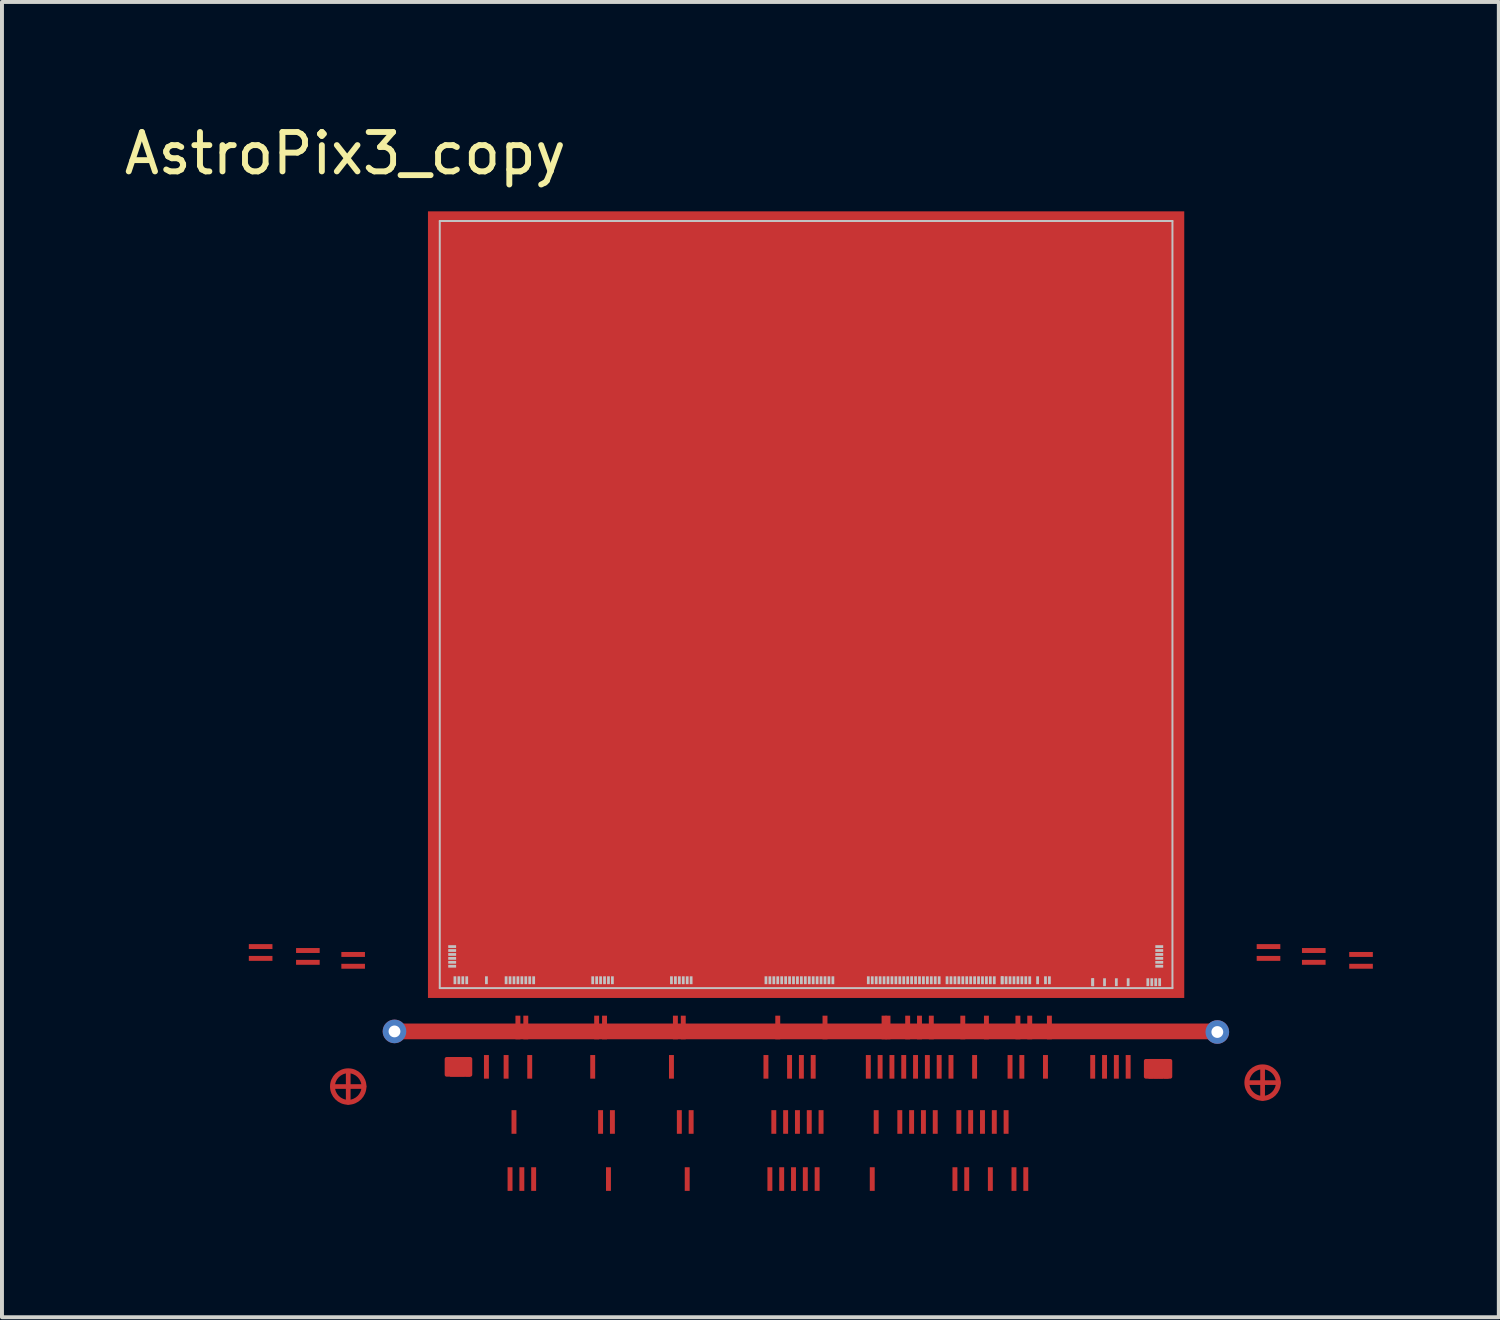
<source format=kicad_pcb>
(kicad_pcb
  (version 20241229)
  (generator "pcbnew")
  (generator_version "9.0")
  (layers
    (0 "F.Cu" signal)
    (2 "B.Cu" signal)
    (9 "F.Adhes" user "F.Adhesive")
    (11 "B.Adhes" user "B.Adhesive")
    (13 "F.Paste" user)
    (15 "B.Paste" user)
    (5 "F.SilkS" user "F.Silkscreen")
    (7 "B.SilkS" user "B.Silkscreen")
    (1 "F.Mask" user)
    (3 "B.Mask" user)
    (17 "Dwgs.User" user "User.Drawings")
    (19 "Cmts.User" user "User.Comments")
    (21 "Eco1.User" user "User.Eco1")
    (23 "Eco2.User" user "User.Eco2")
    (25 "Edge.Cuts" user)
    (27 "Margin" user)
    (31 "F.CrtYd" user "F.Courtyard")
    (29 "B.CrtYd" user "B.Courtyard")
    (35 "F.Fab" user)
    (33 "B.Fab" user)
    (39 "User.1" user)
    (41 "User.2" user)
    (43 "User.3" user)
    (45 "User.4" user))
  (footprint "AstroPix3_copy"
    (layer "F.Cu")
    (at 8.12 22.048)
    (property "Reference" "AstroPix3_copy" (at -2.4 -21.2 0) (layer "F.SilkS") (effects (font (size 1 1) (thickness 0.15))))
    (attr smd)
    (fp_line (start -2.675 2.5) (end -1.925 2.5) (stroke (width 0.12) (type solid)) (layer "F.Cu"))
    (fp_line (start -2.325 2.15) (end -2.325 2.9) (stroke (width 0.12) (type solid)) (layer "F.Cu"))
    (fp_line (start -1.15 1.1) (end 19.8 1.1) (stroke (width 0.4) (type solid)) (layer "F.Cu"))
    (fp_line (start 11.225 -12.5) (end 11.975 -12.5) (stroke (width 0.12) (type solid)) (layer "F.Cu"))
    (fp_line (start 11.575 -12.85) (end 11.575 -12.1) (stroke (width 0.12) (type solid)) (layer "F.Cu"))
    (fp_line (start 20.55 2.4) (end 21.3 2.4) (stroke (width 0.12) (type solid)) (layer "F.Cu"))
    (fp_line (start 20.9 2.05) (end 20.9 2.8) (stroke (width 0.12) (type solid)) (layer "F.Cu"))
    (fp_circle (center -2.325 2.5) (end -1.925 2.5) (stroke (width 0.125) (type solid)) (fill no) (layer "F.Cu"))
    (fp_circle (center 11.575 -12.5) (end 11.975 -12.5) (stroke (width 0.125) (type solid)) (fill no) (layer "F.Cu"))
    (fp_circle (center 20.9 2.4) (end 21.3 2.4) (stroke (width 0.125) (type solid)) (fill no) (layer "F.Cu"))
    (fp_poly (pts (xy 0.775 2.2) (xy 0.175 2.2) (xy 0.175 1.8) (xy 0.775 1.8)) (stroke (width 0.1) (type solid)) (fill yes) (layer "F.Cu"))
    (fp_poly (pts (xy 18.555 2.25) (xy 17.935 2.25) (xy 17.935 1.85) (xy 18.555 1.85)) (stroke (width 0.1) (type solid)) (fill yes) (layer "F.Cu"))
    (fp_rect (start -0.4 1.5) (end 18.8 2.5) (stroke (width 0.12) (type solid)) (fill yes) (layer "F.Mask"))
    (fp_rect (start 1.585 2.9) (end 15.34 3.9) (stroke (width 0.12) (type solid)) (fill yes) (layer "F.Mask"))
    (fp_rect (start 1.595 4.3) (end 15.76 5.3) (stroke (width 0.12) (type solid)) (fill yes) (layer "F.Mask"))
    (fp_circle (center -2.325 2.5) (end -1.95 2.5) (stroke (width 0.2) (type solid)) (fill yes) (layer "F.Mask"))
    (fp_circle (center 11.575 -12.5) (end 11.95 -12.5) (stroke (width 0.2) (type solid)) (fill no) (layer "F.Mask"))
    (fp_circle (center 20.9 2.4) (end 21.275 2.4) (stroke (width 0.2) (type solid)) (fill yes) (layer "F.Mask"))
    (fp_poly (pts (xy -1.8 -0.3) (xy -5 -0.3) (xy -5 -1.15) (xy -1.8 -1.15)) (stroke (width 0.1) (type solid)) (fill yes) (layer "F.Mask"))
    (fp_poly (pts (xy 19.85 1.1) (xy -1.15 1.1) (xy -1.15 -20.5) (xy 19.85 -20.5)) (stroke (width 0.1) (type solid)) (fill yes) (layer "F.Mask"))
    (fp_poly (pts (xy 23.85 -0.4) (xy 20.65 -0.4) (xy 20.65 -1.25) (xy 23.85 -1.25)) (stroke (width 0.1) (type solid)) (fill yes) (layer "F.Mask"))
    (fp_poly (pts (xy 11.8 -12.8) (xy 11.95 -12.55) (xy 11.825 -12.2) (xy 11.35 -12.175) (xy 11.2 -12.625) (xy 11.525 -12.875) (xy 11.55 -12.875)) (stroke (width 0.1) (type solid)) (fill yes) (layer "F.Mask"))
    (fp_line (start 0 -19.485) (end 0 0) (stroke (width 0.05) (type solid)) (layer "Dwgs.User"))
    (fp_line (start 18.61 -19.485) (end 0 -19.485) (stroke (width 0.05) (type solid)) (layer "Dwgs.User"))
    (fp_line (start 18.61 -19.485) (end 18.61 0) (stroke (width 0.05) (type solid)) (layer "Dwgs.User"))
    (fp_line (start 18.61 0) (end 0 0) (stroke (width 0.05) (type solid)) (layer "Dwgs.User"))
    (pad "" smd rect (at 0.315 -1.055 90) (size 0.07 0.2) (layers "Dwgs.User"))
    (pad "" smd rect (at 0.315 -0.955 90) (size 0.07 0.2) (layers "Dwgs.User"))
    (pad "" smd rect (at 0.315 -0.855 90) (size 0.07 0.2) (layers "Dwgs.User"))
    (pad "" smd rect (at 0.315 -0.755 90) (size 0.07 0.2) (layers "Dwgs.User"))
    (pad "" smd rect (at 0.315 -0.655 90) (size 0.07 0.2) (layers "Dwgs.User"))
    (pad "" smd rect (at 0.315 -0.555 90) (size 0.07 0.2) (layers "Dwgs.User"))
    (pad "" smd rect (at 0.385 -0.2) (size 0.07 0.2) (layers "Dwgs.User"))
    (pad "" smd rect (at 0.485 -0.2) (size 0.07 0.2) (layers "Dwgs.User"))
    (pad "" smd rect (at 0.585 -0.2) (size 0.07 0.2) (layers "Dwgs.User"))
    (pad "" smd rect (at 0.685 -0.2) (size 0.07 0.2) (layers "Dwgs.User"))
    (pad "" smd rect (at 1.185 -0.2) (size 0.07 0.2) (layers "Dwgs.User"))
    (pad "" smd rect (at 1.685 -0.2) (size 0.07 0.2) (layers "Dwgs.User"))
    (pad "" smd rect (at 1.785 -0.2) (size 0.07 0.2) (layers "Dwgs.User"))
    (pad "" smd rect (at 1.885 -0.2) (size 0.07 0.2) (layers "Dwgs.User"))
    (pad "" smd rect (at 1.985 -0.2) (size 0.07 0.2) (layers "Dwgs.User"))
    (pad "" smd rect (at 2.085 -0.2) (size 0.07 0.2) (layers "Dwgs.User"))
    (pad "" smd rect (at 2.185 -0.2) (size 0.07 0.2) (layers "Dwgs.User"))
    (pad "" smd rect (at 2.285 -0.2) (size 0.07 0.2) (layers "Dwgs.User"))
    (pad "" smd rect (at 2.385 -0.2) (size 0.07 0.2) (layers "Dwgs.User"))
    (pad "" smd rect (at 3.885 -0.2) (size 0.07 0.2) (layers "Dwgs.User"))
    (pad "" smd rect (at 3.985 -0.2) (size 0.07 0.2) (layers "Dwgs.User"))
    (pad "" smd rect (at 4.085 -0.2) (size 0.07 0.2) (layers "Dwgs.User"))
    (pad "" smd rect (at 4.185 -0.2) (size 0.07 0.2) (layers "Dwgs.User"))
    (pad "" smd rect (at 4.285 -0.2) (size 0.07 0.2) (layers "Dwgs.User"))
    (pad "" smd rect (at 4.385 -0.2) (size 0.07 0.2) (layers "Dwgs.User"))
    (pad "" smd rect (at 5.885 -0.2) (size 0.07 0.2) (layers "Dwgs.User"))
    (pad "" smd rect (at 5.985 -0.2) (size 0.07 0.2) (layers "Dwgs.User"))
    (pad "" smd rect (at 6.085 -0.2) (size 0.07 0.2) (layers "Dwgs.User"))
    (pad "" smd rect (at 6.185 -0.2) (size 0.07 0.2) (layers "Dwgs.User"))
    (pad "" smd rect (at 6.285 -0.2) (size 0.07 0.2) (layers "Dwgs.User"))
    (pad "" smd rect (at 6.385 -0.2) (size 0.07 0.2) (layers "Dwgs.User"))
    (pad "" smd rect (at 8.285 -0.2) (size 0.07 0.2) (layers "Dwgs.User"))
    (pad "" smd rect (at 8.385 -0.2) (size 0.07 0.2) (layers "Dwgs.User"))
    (pad "" smd rect (at 8.485 -0.2) (size 0.07 0.2) (layers "Dwgs.User"))
    (pad "" smd rect (at 8.585 -0.2) (size 0.07 0.2) (layers "Dwgs.User"))
    (pad "" smd rect (at 8.685 -0.2) (size 0.07 0.2) (layers "Dwgs.User"))
    (pad "" smd rect (at 8.785 -0.2) (size 0.07 0.2) (layers "Dwgs.User"))
    (pad "" smd rect (at 8.885 -0.2) (size 0.07 0.2) (layers "Dwgs.User"))
    (pad "" smd rect (at 8.985 -0.2) (size 0.07 0.2) (layers "Dwgs.User"))
    (pad "" smd rect (at 9.085 -0.2) (size 0.07 0.2) (layers "Dwgs.User"))
    (pad "" smd rect (at 9.185 -0.2) (size 0.07 0.2) (layers "Dwgs.User"))
    (pad "" smd rect (at 9.285 -0.2) (size 0.07 0.2) (layers "Dwgs.User"))
    (pad "" smd rect (at 9.385 -0.2) (size 0.07 0.2) (layers "Dwgs.User"))
    (pad "" smd rect (at 9.485 -0.2) (size 0.07 0.2) (layers "Dwgs.User"))
    (pad "" smd rect (at 9.585 -0.2) (size 0.07 0.2) (layers "Dwgs.User"))
    (pad "" smd rect (at 9.685 -0.2) (size 0.07 0.2) (layers "Dwgs.User"))
    (pad "" smd rect (at 9.785 -0.2) (size 0.07 0.2) (layers "Dwgs.User"))
    (pad "" smd rect (at 9.885 -0.2) (size 0.07 0.2) (layers "Dwgs.User"))
    (pad "" smd rect (at 9.985 -0.2) (size 0.07 0.2) (layers "Dwgs.User"))
    (pad "" smd rect (at 10.885 -0.2) (size 0.07 0.2) (layers "Dwgs.User"))
    (pad "" smd rect (at 10.985 -0.2) (size 0.07 0.2) (layers "Dwgs.User"))
    (pad "" smd rect (at 11.085 -0.2) (size 0.07 0.2) (layers "Dwgs.User"))
    (pad "" smd rect (at 11.185 -0.2) (size 0.07 0.2) (layers "Dwgs.User"))
    (pad "" smd rect (at 11.285 -0.2) (size 0.07 0.2) (layers "Dwgs.User"))
    (pad "" smd rect (at 11.385 -0.2) (size 0.07 0.2) (layers "Dwgs.User"))
    (pad "" smd rect (at 11.485 -0.2) (size 0.07 0.2) (layers "Dwgs.User"))
    (pad "" smd rect (at 11.585 -0.2) (size 0.07 0.2) (layers "Dwgs.User"))
    (pad "" smd rect (at 11.685 -0.2) (size 0.07 0.2) (layers "Dwgs.User"))
    (pad "" smd rect (at 11.785 -0.2) (size 0.07 0.2) (layers "Dwgs.User"))
    (pad "" smd rect (at 11.885 -0.2) (size 0.07 0.2) (layers "Dwgs.User"))
    (pad "" smd rect (at 11.985 -0.2) (size 0.07 0.2) (layers "Dwgs.User"))
    (pad "" smd rect (at 12.085 -0.2) (size 0.07 0.2) (layers "Dwgs.User"))
    (pad "" smd rect (at 12.185 -0.2) (size 0.07 0.2) (layers "Dwgs.User"))
    (pad "" smd rect (at 12.285 -0.2) (size 0.07 0.2) (layers "Dwgs.User"))
    (pad "" smd rect (at 12.385 -0.2) (size 0.07 0.2) (layers "Dwgs.User"))
    (pad "" smd rect (at 12.485 -0.2) (size 0.07 0.2) (layers "Dwgs.User"))
    (pad "" smd rect (at 12.585 -0.2) (size 0.07 0.2) (layers "Dwgs.User"))
    (pad "" smd rect (at 12.685 -0.2) (size 0.07 0.2) (layers "Dwgs.User"))
    (pad "" smd rect (at 12.885 -0.2) (size 0.07 0.2) (layers "Dwgs.User"))
    (pad "" smd rect (at 12.985 -0.2) (size 0.07 0.2) (layers "Dwgs.User"))
    (pad "" smd rect (at 13.085 -0.2) (size 0.07 0.2) (layers "Dwgs.User"))
    (pad "" smd rect (at 13.185 -0.2) (size 0.07 0.2) (layers "Dwgs.User"))
    (pad "" smd rect (at 13.285 -0.2) (size 0.07 0.2) (layers "Dwgs.User"))
    (pad "" smd rect (at 13.385 -0.2) (size 0.07 0.2) (layers "Dwgs.User"))
    (pad "" smd rect (at 13.485 -0.2) (size 0.07 0.2) (layers "Dwgs.User"))
    (pad "" smd rect (at 13.585 -0.2) (size 0.07 0.2) (layers "Dwgs.User"))
    (pad "" smd rect (at 13.685 -0.2) (size 0.07 0.2) (layers "Dwgs.User"))
    (pad "" smd rect (at 13.785 -0.2) (size 0.07 0.2) (layers "Dwgs.User"))
    (pad "" smd rect (at 13.885 -0.2) (size 0.07 0.2) (layers "Dwgs.User"))
    (pad "" smd rect (at 13.985 -0.2) (size 0.07 0.2) (layers "Dwgs.User"))
    (pad "" smd rect (at 14.085 -0.2) (size 0.07 0.2) (layers "Dwgs.User"))
    (pad "" smd rect (at 14.285 -0.2) (size 0.07 0.2) (layers "Dwgs.User"))
    (pad "" smd rect (at 14.285 -0.2) (size 0.07 0.2) (layers "Dwgs.User"))
    (pad "" smd rect (at 14.385 -0.2) (size 0.07 0.2) (layers "Dwgs.User"))
    (pad "" smd rect (at 14.485 -0.2) (size 0.07 0.2) (layers "Dwgs.User"))
    (pad "" smd rect (at 14.585 -0.2) (size 0.07 0.2) (layers "Dwgs.User"))
    (pad "" smd rect (at 14.685 -0.2) (size 0.07 0.2) (layers "Dwgs.User"))
    (pad "" smd rect (at 14.785 -0.2) (size 0.07 0.2) (layers "Dwgs.User"))
    (pad "" smd rect (at 14.885 -0.2) (size 0.07 0.2) (layers "Dwgs.User"))
    (pad "" smd rect (at 14.985 -0.2) (size 0.07 0.2) (layers "Dwgs.User"))
    (pad "" smd rect (at 15.185 -0.2) (size 0.07 0.2) (layers "Dwgs.User"))
    (pad "" smd rect (at 15.385 -0.2) (size 0.07 0.2) (layers "Dwgs.User"))
    (pad "" smd rect (at 15.485 -0.2) (size 0.07 0.2) (layers "Dwgs.User"))
    (pad "" smd rect (at 16.585 -0.15) (size 0.07 0.2) (layers "Dwgs.User"))
    (pad "" smd rect (at 16.585 -0.15) (size 0.07 0.2) (layers "Dwgs.User"))
    (pad "" smd rect (at 16.885 -0.15) (size 0.07 0.2) (layers "Dwgs.User"))
    (pad "" smd rect (at 17.185 -0.15) (size 0.07 0.2) (layers "Dwgs.User"))
    (pad "" smd rect (at 17.485 -0.15) (size 0.07 0.2) (layers "Dwgs.User"))
    (pad "" smd rect (at 17.985 -0.15) (size 0.07 0.2) (layers "Dwgs.User"))
    (pad "" smd rect (at 18.085 -0.15) (size 0.07 0.2) (layers "Dwgs.User"))
    (pad "" smd rect (at 18.185 -0.15) (size 0.07 0.2) (layers "Dwgs.User"))
    (pad "" smd rect (at 18.275 -1.055 90) (size 0.07 0.2) (layers "Dwgs.User"))
    (pad "" smd rect (at 18.275 -0.955 90) (size 0.07 0.2) (layers "Dwgs.User"))
    (pad "" smd rect (at 18.275 -0.855 90) (size 0.07 0.2) (layers "Dwgs.User"))
    (pad "" smd rect (at 18.275 -0.755 90) (size 0.07 0.2) (layers "Dwgs.User"))
    (pad "" smd rect (at 18.275 -0.655 90) (size 0.07 0.2) (layers "Dwgs.User"))
    (pad "" smd rect (at 18.275 -0.555 90) (size 0.07 0.2) (layers "Dwgs.User"))
    (pad "" smd rect (at 18.285 -0.15) (size 0.07 0.2) (layers "Dwgs.User"))
    (pad "B0" smd rect (at 9.305 -9.74) (size 19.21 19.98) (layers "F.Cu" "F.Mask" "F.Paste"))
    (pad "B1" smd rect (at 0.325 2) (size 0.125 0.5) (layers "F.Cu" "F.Mask" "F.Paste"))
    (pad "B2" smd rect (at 0.45 2) (size 0.125 0.5) (layers "F.Cu" "F.Mask" "F.Paste"))
    (pad "B3" smd rect (at 0.575 2) (size 0.125 0.5) (layers "F.Cu" "F.Mask" "F.Paste"))
    (pad "B4" smd rect (at 0.71 2) (size 0.125 0.5) (layers "F.Cu" "F.Mask" "F.Paste"))
    (pad "B5" smd rect (at 1.185 2) (size 0.125 0.6) (layers "F.Cu" "F.Mask" "F.Paste"))
    (pad "B6" smd rect (at 1.685 2) (size 0.125 0.6) (layers "F.Cu" "F.Mask" "F.Paste"))
    (pad "B7" smd rect (at 1.785 4.85) (size 0.125 0.6) (layers "F.Cu" "F.Mask" "F.Paste"))
    (pad "B8" smd rect (at 1.885 3.4) (size 0.125 0.6) (layers "F.Cu" "F.Mask" "F.Paste"))
    (pad "B9" smd rect (at 1.985 1) (size 0.125 0.6) (layers "F.Cu" "F.Mask" "F.Paste"))
    (pad "B10" smd rect (at 2.085 4.85) (size 0.125 0.6) (layers "F.Cu" "F.Mask" "F.Paste"))
    (pad "B11" smd rect (at 2.185 1) (size 0.125 0.6) (layers "F.Cu" "F.Mask" "F.Paste"))
    (pad "B12" smd rect (at 2.285 2) (size 0.125 0.6) (layers "F.Cu" "F.Mask" "F.Paste"))
    (pad "B13" smd rect (at 2.385 4.85) (size 0.125 0.6) (layers "F.Cu" "F.Mask" "F.Paste"))
    (pad "B14" smd rect (at 3.885 2) (size 0.125 0.6) (layers "F.Cu" "F.Mask" "F.Paste"))
    (pad "B15" smd rect (at 3.985 1) (size 0.125 0.6) (layers "F.Cu" "F.Mask" "F.Paste"))
    (pad "B16" smd rect (at 4.085 3.4) (size 0.125 0.6) (layers "F.Cu" "F.Mask" "F.Paste"))
    (pad "B17" smd rect (at 4.185 1) (size 0.125 0.6) (layers "F.Cu" "F.Mask" "F.Paste"))
    (pad "B18" smd rect (at 4.285 4.85) (size 0.125 0.6) (layers "F.Cu" "F.Mask" "F.Paste"))
    (pad "B19" smd rect (at 4.385 3.4) (size 0.125 0.6) (layers "F.Cu" "F.Mask" "F.Paste"))
    (pad "B20" smd rect (at 5.885 2) (size 0.125 0.6) (layers "F.Cu" "F.Mask" "F.Paste"))
    (pad "B21" smd rect (at 5.985 1) (size 0.125 0.6) (layers "F.Cu" "F.Mask" "F.Paste"))
    (pad "B22" smd rect (at 6.085 3.4) (size 0.125 0.6) (layers "F.Cu" "F.Mask" "F.Paste"))
    (pad "B23" smd rect (at 6.185 1) (size 0.125 0.6) (layers "F.Cu" "F.Mask" "F.Paste"))
    (pad "B24" smd rect (at 6.285 4.85) (size 0.125 0.6) (layers "F.Cu" "F.Mask" "F.Paste"))
    (pad "B25" smd rect (at 6.385 3.4) (size 0.125 0.6) (layers "F.Cu" "F.Mask" "F.Paste"))
    (pad "B26" smd rect (at 8.285 2) (size 0.125 0.6) (layers "F.Cu" "F.Mask" "F.Paste"))
    (pad "B27" smd rect (at 8.385 4.85) (size 0.125 0.6) (layers "F.Cu" "F.Mask" "F.Paste"))
    (pad "B28" smd rect (at 8.485 3.4) (size 0.125 0.6) (layers "F.Cu" "F.Mask" "F.Paste"))
    (pad "B29" smd rect (at 8.585 1) (size 0.125 0.6) (layers "F.Cu" "F.Mask" "F.Paste"))
    (pad "B30" smd rect (at 8.685 4.85) (size 0.125 0.6) (layers "F.Cu" "F.Mask" "F.Paste"))
    (pad "B31" smd rect (at 8.785 3.4) (size 0.125 0.6) (layers "F.Cu" "F.Mask" "F.Paste"))
    (pad "B32" smd rect (at 8.885 2) (size 0.125 0.6) (layers "F.Cu" "F.Mask" "F.Paste"))
    (pad "B33" smd rect (at 8.985 4.85) (size 0.125 0.6) (layers "F.Cu" "F.Mask" "F.Paste"))
    (pad "B34" smd rect (at 9.085 3.4) (size 0.125 0.6) (layers "F.Cu" "F.Mask" "F.Paste"))
    (pad "B35" smd rect (at 9.185 2) (size 0.125 0.6) (layers "F.Cu" "F.Mask" "F.Paste"))
    (pad "B36" smd rect (at 9.285 4.85) (size 0.125 0.6) (layers "F.Cu" "F.Mask" "F.Paste"))
    (pad "B37" smd rect (at 9.385 3.4) (size 0.125 0.6) (layers "F.Cu" "F.Mask" "F.Paste"))
    (pad "B38" smd rect (at 9.485 2) (size 0.125 0.6) (layers "F.Cu" "F.Mask" "F.Paste"))
    (pad "B39" smd rect (at 9.585 4.85) (size 0.125 0.6) (layers "F.Cu" "F.Mask" "F.Paste"))
    (pad "B40" smd rect (at 9.685 3.4) (size 0.125 0.6) (layers "F.Cu" "F.Mask" "F.Paste"))
    (pad "B41" smd rect (at 9.785 1) (size 0.125 0.6) (layers "F.Cu" "F.Mask" "F.Paste"))
    (pad "B44" smd rect (at 10.885 2) (size 0.125 0.6) (layers "F.Cu" "F.Mask" "F.Paste"))
    (pad "B45" smd rect (at 10.985 4.85) (size 0.125 0.6) (layers "F.Cu" "F.Mask" "F.Paste"))
    (pad "B46" smd rect (at 11.085 3.4) (size 0.125 0.6) (layers "F.Cu" "F.Mask" "F.Paste"))
    (pad "B47" smd rect (at 11.185 2) (size 0.125 0.6) (layers "F.Cu" "F.Mask" "F.Paste"))
    (pad "B48" smd rect (at 11.285 1) (size 0.125 0.6) (layers "F.Cu" "F.Mask" "F.Paste"))
    (pad "B49" smd rect (at 11.385 1) (size 0.125 0.6) (layers "F.Cu" "F.Mask" "F.Paste"))
    (pad "B50" smd rect (at 11.485 2) (size 0.125 0.6) (layers "F.Cu" "F.Mask" "F.Paste"))
    (pad "B52" smd rect (at 11.685 3.4) (size 0.125 0.6) (layers "F.Cu" "F.Mask" "F.Paste"))
    (pad "B53" smd rect (at 11.785 2) (size 0.125 0.6) (layers "F.Cu" "F.Mask" "F.Paste"))
    (pad "B54" smd rect (at 11.885 1) (size 0.125 0.6) (layers "F.Cu" "F.Mask" "F.Paste"))
    (pad "B55" smd rect (at 11.985 3.4) (size 0.125 0.6) (layers "F.Cu" "F.Mask" "F.Paste"))
    (pad "B56" smd rect (at 12.085 2) (size 0.125 0.6) (layers "F.Cu" "F.Mask" "F.Paste"))
    (pad "B57" smd rect (at 12.185 1) (size 0.125 0.6) (layers "F.Cu" "F.Mask" "F.Paste"))
    (pad "B58" smd rect (at 12.285 3.4) (size 0.125 0.6) (layers "F.Cu" "F.Mask" "F.Paste"))
    (pad "B59" smd rect (at 12.385 2) (size 0.125 0.6) (layers "F.Cu" "F.Mask" "F.Paste"))
    (pad "B60" smd rect (at 12.485 1) (size 0.125 0.6) (layers "F.Cu" "F.Mask" "F.Paste"))
    (pad "B61" smd rect (at 12.585 3.4) (size 0.125 0.6) (layers "F.Cu" "F.Mask" "F.Paste"))
    (pad "B62" smd rect (at 12.685 2) (size 0.125 0.6) (layers "F.Cu" "F.Mask" "F.Paste"))
    (pad "B64" smd rect (at 12.985 2) (size 0.125 0.6) (layers "F.Cu" "F.Mask" "F.Paste"))
    (pad "B65" smd rect (at 13.085 4.85) (size 0.125 0.6) (layers "F.Cu" "F.Mask" "F.Paste"))
    (pad "B66" smd rect (at 13.185 3.4) (size 0.125 0.6) (layers "F.Cu" "F.Mask" "F.Paste"))
    (pad "B67" smd rect (at 13.285 1) (size 0.125 0.6) (layers "F.Cu" "F.Mask" "F.Paste"))
    (pad "B68" smd rect (at 13.385 4.85) (size 0.125 0.6) (layers "F.Cu" "F.Mask" "F.Paste"))
    (pad "B69" smd rect (at 13.485 3.4) (size 0.125 0.6) (layers "F.Cu" "F.Mask" "F.Paste"))
    (pad "B70" smd rect (at 13.585 2) (size 0.125 0.6) (layers "F.Cu" "F.Mask" "F.Paste"))
    (pad "B72" smd rect (at 13.785 3.4) (size 0.125 0.6) (layers "F.Cu" "F.Mask" "F.Paste"))
    (pad "B73" smd rect (at 13.885 1) (size 0.125 0.6) (layers "F.Cu" "F.Mask" "F.Paste"))
    (pad "B74" smd rect (at 13.985 4.85) (size 0.125 0.6) (layers "F.Cu" "F.Mask" "F.Paste"))
    (pad "B75" smd rect (at 14.085 3.4) (size 0.125 0.6) (layers "F.Cu" "F.Mask" "F.Paste"))
    (pad "B77" smd rect (at 14.385 3.4) (size 0.125 0.6) (layers "F.Cu" "F.Mask" "F.Paste"))
    (pad "B78" smd rect (at 14.485 2) (size 0.125 0.6) (layers "F.Cu" "F.Mask" "F.Paste"))
    (pad "B79" smd rect (at 14.585 4.85) (size 0.125 0.6) (layers "F.Cu" "F.Mask" "F.Paste"))
    (pad "B80" smd rect (at 14.685 1) (size 0.125 0.6) (layers "F.Cu" "F.Mask" "F.Paste"))
    (pad "B81" smd rect (at 14.785 2) (size 0.125 0.6) (layers "F.Cu" "F.Mask" "F.Paste"))
    (pad "B82" smd rect (at 14.885 4.85) (size 0.125 0.6) (layers "F.Cu" "F.Mask" "F.Paste"))
    (pad "B83" smd rect (at 14.985 1) (size 0.125 0.6) (layers "F.Cu" "F.Mask" "F.Paste"))
    (pad "B85" smd rect (at 15.385 2) (size 0.125 0.6) (layers "F.Cu" "F.Mask" "F.Paste"))
    (pad "B86" smd rect (at 15.485 1) (size 0.125 0.6) (layers "F.Cu" "F.Mask" "F.Paste"))
    (pad "B87" smd rect (at 16.585 2) (size 0.125 0.6) (layers "F.Cu" "F.Mask" "F.Paste"))
    (pad "B88" smd rect (at 16.885 2) (size 0.125 0.6) (layers "F.Cu" "F.Mask" "F.Paste"))
    (pad "B89" smd rect (at 17.185 2) (size 0.125 0.6) (layers "F.Cu" "F.Mask" "F.Paste"))
    (pad "B90" smd rect (at 17.485 2) (size 0.125 0.6) (layers "F.Cu" "F.Mask" "F.Paste"))
    (pad "B91" smd rect (at 18.065 2.05) (size 0.125 0.5) (layers "F.Cu" "F.Mask" "F.Paste"))
    (pad "B92" smd rect (at 18.19 2.05) (size 0.125 0.5) (layers "F.Cu" "F.Mask" "F.Paste"))
    (pad "B93" smd rect (at 18.315 2.05) (size 0.125 0.5) (layers "F.Cu" "F.Mask" "F.Paste"))
    (pad "B94" smd rect (at 18.45 2.05) (size 0.125 0.5) (layers "F.Cu" "F.Mask" "F.Paste"))
    (pad "L1" smd rect (at -4.55 -1.055 270) (size 0.125 0.6) (layers "F.Cu" "F.Mask" "F.Paste"))
    (pad "L2" smd rect (at -3.35 -0.955 270) (size 0.125 0.6) (layers "F.Cu" "F.Mask" "F.Paste"))
    (pad "L3" smd rect (at -2.2 -0.855 270) (size 0.125 0.6) (layers "F.Cu" "F.Mask" "F.Paste"))
    (pad "L4" smd rect (at -4.55 -0.755 270) (size 0.125 0.6) (layers "F.Cu" "F.Mask" "F.Paste"))
    (pad "L5" smd rect (at -3.35 -0.655 270) (size 0.125 0.6) (layers "F.Cu" "F.Mask" "F.Paste"))
    (pad "L6" smd rect (at -2.2 -0.555 270) (size 0.125 0.6) (layers "F.Cu" "F.Mask" "F.Paste"))
    (pad "R1" smd rect (at 23.4 -0.555 90) (size 0.125 0.6) (layers "F.Cu" "F.Mask" "F.Paste"))
    (pad "R2" smd rect (at 22.2 -0.655 90) (size 0.125 0.6) (layers "F.Cu" "F.Mask" "F.Paste"))
    (pad "R3" smd rect (at 21.05 -0.755 90) (size 0.125 0.6) (layers "F.Cu" "F.Mask" "F.Paste"))
    (pad "R4" smd rect (at 23.4 -0.855 90) (size 0.125 0.6) (layers "F.Cu" "F.Mask" "F.Paste"))
    (pad "R5" smd rect (at 22.2 -0.955 90) (size 0.125 0.6) (layers "F.Cu" "F.Mask" "F.Paste"))
    (pad "R6" smd rect (at 21.05 -1.055 90) (size 0.125 0.6) (layers "F.Cu" "F.Mask" "F.Paste"))
    (pad "Ring1" thru_hole circle (at -1.15 1.1) (size 0.6 0.6) (drill 0.3) (layers "*.Cu" "*.Mask"))
    (pad "Ring1" thru_hole circle (at 19.75 1.115) (size 0.6 0.6) (drill 0.3) (layers "*.Cu" "*.Mask")))
  (gr_rect
    (start -3 -3)
    (end 35.02 30.408)
    (stroke (width 0.1) (type default))
    (fill no)
    (layer "Edge.Cuts")))
</source>
